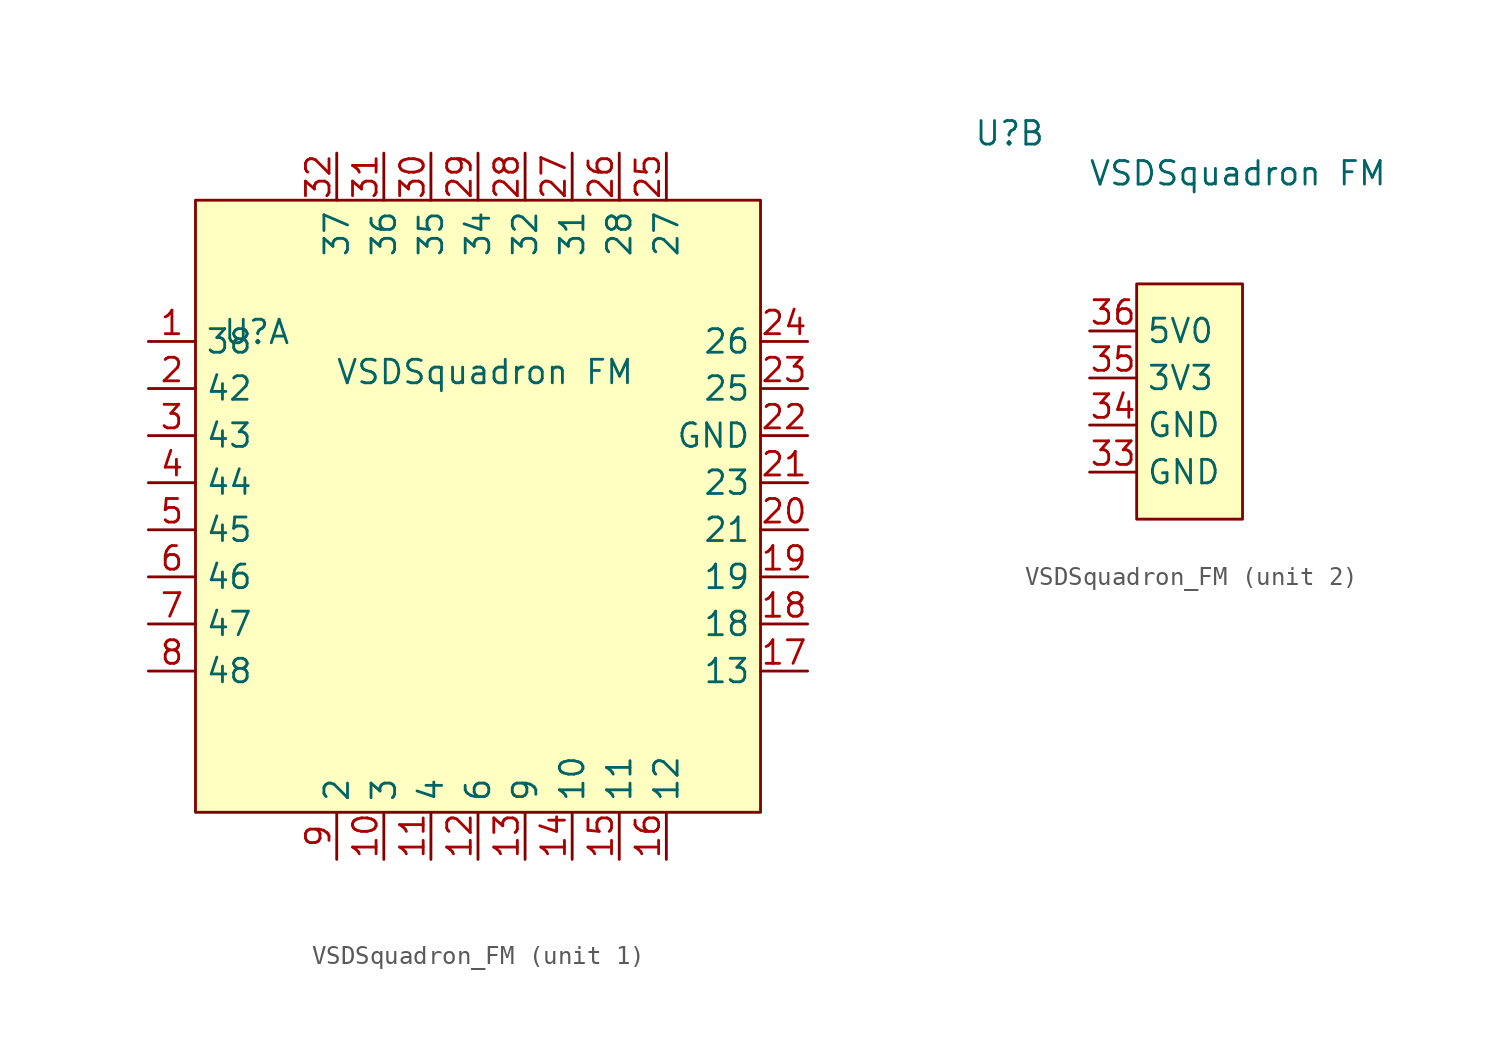
<source format=kicad_sym>
(kicad_symbol_lib
  (version 20231120)
  (generator "kicad_symbol_editor")
  (generator_version "8.0")
  (symbol "VSDSquadron_FM"
    (property "Reference" "U"
      (at -9.398 10.668 0)
      (effects (font (size 1.27 1.27))))
    (property "Value" "VSDSquadron FM"
      (at 2.921 8.509 0)
      (effects (font (size 1.27 1.27))))
    (property "ki_locked" ""
      (at 0 0 0)
      (effects (font (size 1.27 1.27))))
    (symbol "VSDSquadron_FM_1_0"
      (pin bidirectional line (at -2.54 -17.78 90) (length 2.54) (name "3" (effects (font (size 1.27 1.27)))) (number "10" (effects (font (size 1.27 1.27)))))
      (pin bidirectional line (at 0 -17.78 90) (length 2.54) (name "4" (effects (font (size 1.27 1.27)))) (number "11" (effects (font (size 1.27 1.27)))))
      (pin bidirectional line (at 2.54 -17.78 90) (length 2.54) (name "6" (effects (font (size 1.27 1.27)))) (number "12" (effects (font (size 1.27 1.27)))))
      (pin bidirectional line (at 5.08 -17.78 90) (length 2.54) (name "9" (effects (font (size 1.27 1.27)))) (number "13" (effects (font (size 1.27 1.27)))))
      (pin bidirectional line (at 7.62 -17.78 90) (length 2.54) (name "10" (effects (font (size 1.27 1.27)))) (number "14" (effects (font (size 1.27 1.27)))))
      (pin bidirectional line (at 20.32 -7.62 180) (length 2.54) (name "13" (effects (font (size 1.27 1.27)))) (number "17" (effects (font (size 1.27 1.27)))))
      (pin bidirectional line (at 20.32 -5.08 180) (length 2.54) (name "18" (effects (font (size 1.27 1.27)))) (number "18" (effects (font (size 1.27 1.27)))))
      (pin bidirectional line (at 20.32 -2.54 180) (length 2.54) (name "19" (effects (font (size 1.27 1.27)))) (number "19" (effects (font (size 1.27 1.27)))))
      (pin bidirectional line (at 20.32 0 180) (length 2.54) (name "21" (effects (font (size 1.27 1.27)))) (number "20" (effects (font (size 1.27 1.27)))))
      (pin bidirectional line (at 20.32 2.54 180) (length 2.54) (name "23" (effects (font (size 1.27 1.27)))) (number "21" (effects (font (size 1.27 1.27)))))
      (pin power_in line (at 20.32 5.08 180) (length 2.54) (name "GND" (effects (font (size 1.27 1.27)))) (number "22" (effects (font (size 1.27 1.27)))))
      (pin bidirectional line (at 20.32 7.62 180) (length 2.54) (name "25" (effects (font (size 1.27 1.27)))) (number "23" (effects (font (size 1.27 1.27)))))
      (pin bidirectional line (at 20.32 10.16 180) (length 2.54) (name "26" (effects (font (size 1.27 1.27)))) (number "24" (effects (font (size 1.27 1.27)))))
      (pin bidirectional line (at 12.7 20.32 270) (length 2.54) (name "27" (effects (font (size 1.27 1.27)))) (number "25" (effects (font (size 1.27 1.27)))))
      (pin bidirectional line (at 10.16 20.32 270) (length 2.54) (name "28" (effects (font (size 1.27 1.27)))) (number "26" (effects (font (size 1.27 1.27)))))
      (pin bidirectional line (at 2.54 20.32 270) (length 2.54) (name "34" (effects (font (size 1.27 1.27)))) (number "29" (effects (font (size 1.27 1.27)))))
      (pin bidirectional line (at -15.24 5.08 0) (length 2.54) (name "43" (effects (font (size 1.27 1.27)))) (number "3" (effects (font (size 1.27 1.27)))))
      (pin bidirectional line (at 0 20.32 270) (length 2.54) (name "35" (effects (font (size 1.27 1.27)))) (number "30" (effects (font (size 1.27 1.27)))))
      (pin bidirectional line (at -2.54 20.32 270) (length 2.54) (name "36" (effects (font (size 1.27 1.27)))) (number "31" (effects (font (size 1.27 1.27)))))
      (pin bidirectional line (at -5.08 20.32 270) (length 2.54) (name "37" (effects (font (size 1.27 1.27)))) (number "32" (effects (font (size 1.27 1.27)))))
      (pin bidirectional line (at -15.24 2.54 0) (length 2.54) (name "44" (effects (font (size 1.27 1.27)))) (number "4" (effects (font (size 1.27 1.27)))))
      (pin bidirectional line (at -15.24 0 0) (length 2.54) (name "45" (effects (font (size 1.27 1.27)))) (number "5" (effects (font (size 1.27 1.27)))))
      (pin bidirectional line (at -15.24 -2.54 0) (length 2.54) (name "46" (effects (font (size 1.27 1.27)))) (number "6" (effects (font (size 1.27 1.27)))))
      (pin bidirectional line (at -15.24 -5.08 0) (length 2.54) (name "47" (effects (font (size 1.27 1.27)))) (number "7" (effects (font (size 1.27 1.27))))))
    (symbol "VSDSquadron_FM_1_1"
      (rectangle (start -12.7 17.78) (end 17.78 -15.24) (stroke (width 0) (type default)) (fill (type background)))
      (pin bidirectional line (at -15.24 10.16 0) (length 2.54) (name "38" (effects (font (size 1.27 1.27)))) (number "1" (effects (font (size 1.27 1.27)))))
      (pin bidirectional line (at 10.16 -17.78 90) (length 2.54) (name "11" (effects (font (size 1.27 1.27)))) (number "15" (effects (font (size 1.27 1.27)))))
      (pin bidirectional line (at 12.7 -17.78 90) (length 2.54) (name "12" (effects (font (size 1.27 1.27)))) (number "16" (effects (font (size 1.27 1.27)))))
      (pin bidirectional line (at -15.24 7.62 0) (length 2.54) (name "42" (effects (font (size 1.27 1.27)))) (number "2" (effects (font (size 1.27 1.27)))))
      (pin bidirectional line (at 7.62 20.32 270) (length 2.54) (name "31" (effects (font (size 1.27 1.27)))) (number "27" (effects (font (size 1.27 1.27)))))
      (pin bidirectional line (at 5.08 20.32 270) (length 2.54) (name "32" (effects (font (size 1.27 1.27)))) (number "28" (effects (font (size 1.27 1.27)))))
      (pin bidirectional line (at -15.24 -7.62 0) (length 2.54) (name "48" (effects (font (size 1.27 1.27)))) (number "8" (effects (font (size 1.27 1.27)))))
      (pin bidirectional line (at -5.08 -17.78 90) (length 2.54) (name "2" (effects (font (size 1.27 1.27)))) (number "9" (effects (font (size 1.27 1.27))))))
    (symbol "VSDSquadron_FM_2_1"
      (rectangle (start -2.54 2.54) (end 3.175 -10.16) (stroke (width 0) (type default)) (fill (type background)))
      (pin power_in line (at -5.08 -7.62 0) (length 2.54) (name "GND" (effects (font (size 1.27 1.27)))) (number "33" (effects (font (size 1.27 1.27)))))
      (pin power_in line (at -5.08 -5.08 0) (length 2.54) (name "GND" (effects (font (size 1.27 1.27)))) (number "34" (effects (font (size 1.27 1.27)))))
      (pin power_in line (at -5.08 -2.54 0) (length 2.54) (name "3V3" (effects (font (size 1.27 1.27)))) (number "35" (effects (font (size 1.27 1.27)))))
      (pin power_in line (at -5.08 0 0) (length 2.54) (name "5V0" (effects (font (size 1.27 1.27)))) (number "36" (effects (font (size 1.27 1.27))))))))
</source>
